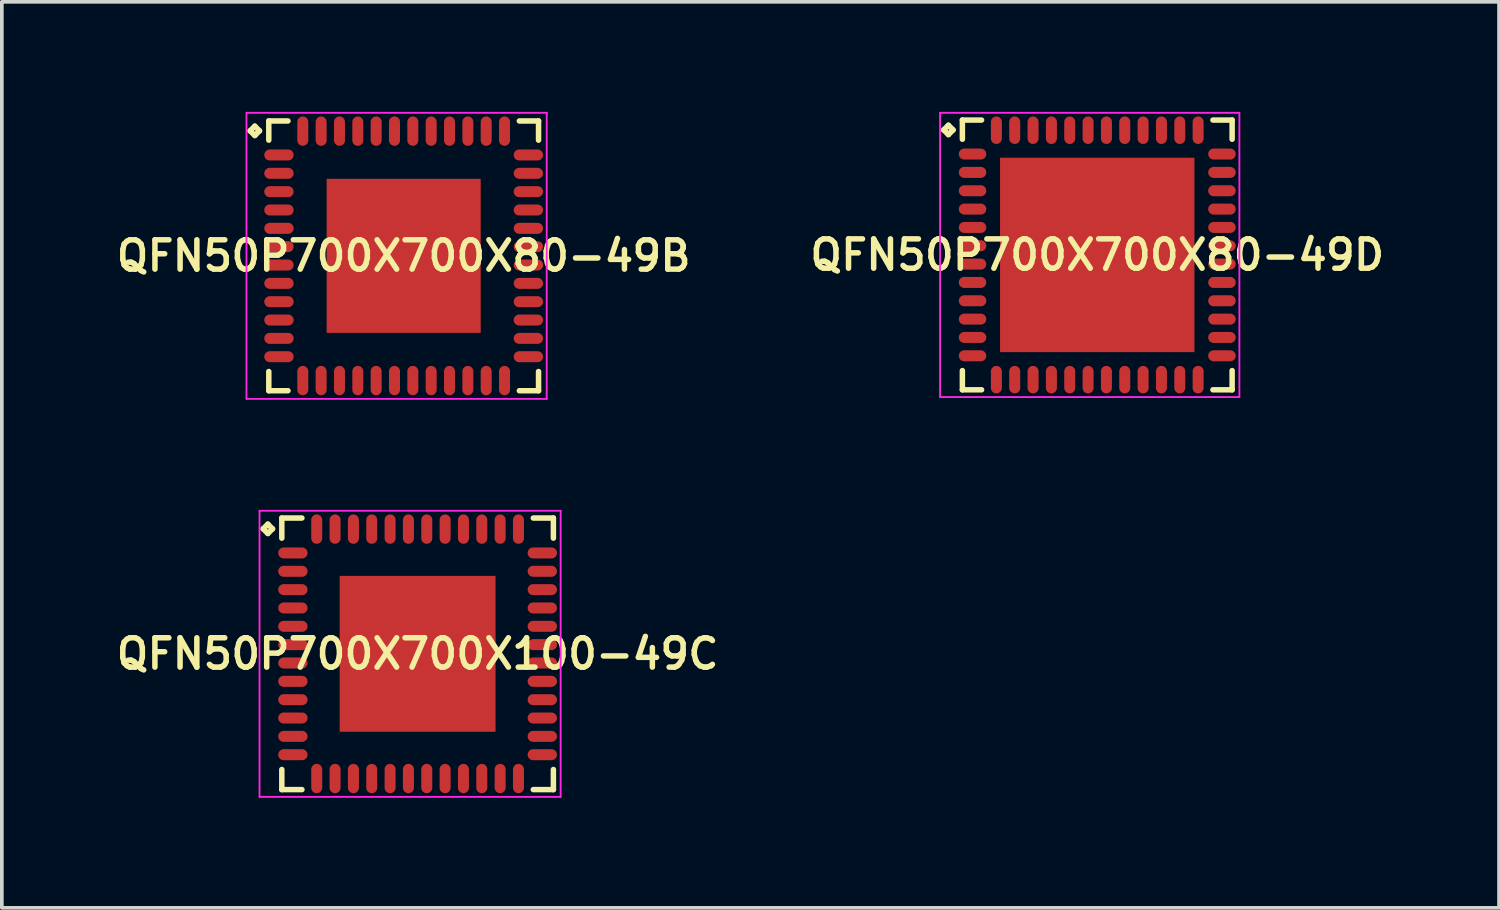
<source format=kicad_pcb>
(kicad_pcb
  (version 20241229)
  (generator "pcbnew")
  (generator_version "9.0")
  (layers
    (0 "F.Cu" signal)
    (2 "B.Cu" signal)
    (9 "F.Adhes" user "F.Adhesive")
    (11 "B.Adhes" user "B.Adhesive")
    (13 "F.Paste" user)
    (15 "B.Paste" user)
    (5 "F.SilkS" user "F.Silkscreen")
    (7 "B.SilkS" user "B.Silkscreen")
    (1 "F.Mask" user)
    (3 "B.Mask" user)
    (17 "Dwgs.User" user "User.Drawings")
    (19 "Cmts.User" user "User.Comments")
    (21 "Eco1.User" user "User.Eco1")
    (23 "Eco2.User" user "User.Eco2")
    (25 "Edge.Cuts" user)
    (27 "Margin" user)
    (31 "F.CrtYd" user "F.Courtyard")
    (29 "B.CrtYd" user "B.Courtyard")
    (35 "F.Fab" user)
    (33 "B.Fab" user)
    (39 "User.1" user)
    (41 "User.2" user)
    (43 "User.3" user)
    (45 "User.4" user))
  (footprint "QFN50P700X700X80-49D"
    (layer "F.Cu")
    (at 26.864 3.9)
    (property "Reference" "QFN50P700X700X80-49D" (at 0 0 0) (layer "F.SilkS") (effects (font (size 0.8 0.8) (thickness 0.15))))
    (attr smd)
    (fp_line (start -4.185 -3.408) (end -4.058 -3.535) (stroke (width 0.15) (type solid)) (layer "F.SilkS"))
    (fp_line (start -4.058 -3.535) (end -3.931 -3.408) (stroke (width 0.15) (type solid)) (layer "F.SilkS"))
    (fp_line (start -4.058 -3.281) (end -4.185 -3.408) (stroke (width 0.15) (type solid)) (layer "F.SilkS"))
    (fp_line (start -3.931 -3.408) (end -4.058 -3.281) (stroke (width 0.15) (type solid)) (layer "F.SilkS"))
    (fp_line (start -3.677 -3.677) (end -3.154 -3.677) (stroke (width 0.15) (type solid)) (layer "F.SilkS"))
    (fp_line (start -3.677 -3.154) (end -3.677 -3.677) (stroke (width 0.15) (type solid)) (layer "F.SilkS"))
    (fp_line (start -3.677 3.154) (end -3.677 3.677) (stroke (width 0.15) (type solid)) (layer "F.SilkS"))
    (fp_line (start -3.677 3.677) (end -3.154 3.677) (stroke (width 0.15) (type solid)) (layer "F.SilkS"))
    (fp_line (start 3.154 -3.677) (end 3.677 -3.677) (stroke (width 0.15) (type solid)) (layer "F.SilkS"))
    (fp_line (start 3.154 3.677) (end 3.677 3.677) (stroke (width 0.15) (type solid)) (layer "F.SilkS"))
    (fp_line (start 3.677 -3.677) (end 3.677 -3.154) (stroke (width 0.15) (type solid)) (layer "F.SilkS"))
    (fp_line (start 3.677 3.677) (end 3.677 3.154) (stroke (width 0.15) (type solid)) (layer "F.SilkS"))
    (fp_line (start -4.285 -3.875) (end 3.875 -3.875) (stroke (width 0.05) (type solid)) (layer "F.CrtYd"))
    (fp_line (start -4.285 3.875) (end -4.285 -3.875) (stroke (width 0.05) (type solid)) (layer "F.CrtYd"))
    (fp_line (start 3.875 -3.875) (end 3.875 3.875) (stroke (width 0.05) (type solid)) (layer "F.CrtYd"))
    (fp_line (start 3.875 3.875) (end -4.285 3.875) (stroke (width 0.05) (type solid)) (layer "F.CrtYd"))
    (pad "1" smd oval (at -3.4 -2.75) (size 0.75 0.3) (layers "F.Cu" "F.Mask" "F.Paste"))
    (pad "2" smd oval (at -3.4 -2.25) (size 0.75 0.3) (layers "F.Cu" "F.Mask" "F.Paste"))
    (pad "3" smd oval (at -3.4 -1.75) (size 0.75 0.3) (layers "F.Cu" "F.Mask" "F.Paste"))
    (pad "4" smd oval (at -3.4 -1.25) (size 0.75 0.3) (layers "F.Cu" "F.Mask" "F.Paste"))
    (pad "5" smd oval (at -3.4 -0.75) (size 0.75 0.3) (layers "F.Cu" "F.Mask" "F.Paste"))
    (pad "6" smd oval (at -3.4 -0.25) (size 0.75 0.3) (layers "F.Cu" "F.Mask" "F.Paste"))
    (pad "7" smd oval (at -3.4 0.25) (size 0.75 0.3) (layers "F.Cu" "F.Mask" "F.Paste"))
    (pad "8" smd oval (at -3.4 0.75) (size 0.75 0.3) (layers "F.Cu" "F.Mask" "F.Paste"))
    (pad "9" smd oval (at -3.4 1.25) (size 0.75 0.3) (layers "F.Cu" "F.Mask" "F.Paste"))
    (pad "10" smd oval (at -3.4 1.75) (size 0.75 0.3) (layers "F.Cu" "F.Mask" "F.Paste"))
    (pad "11" smd oval (at -3.4 2.25) (size 0.75 0.3) (layers "F.Cu" "F.Mask" "F.Paste"))
    (pad "12" smd oval (at -3.4 2.75) (size 0.75 0.3) (layers "F.Cu" "F.Mask" "F.Paste"))
    (pad "13" smd oval (at -2.75 3.4) (size 0.3 0.75) (layers "F.Cu" "F.Mask" "F.Paste"))
    (pad "14" smd oval (at -2.25 3.4) (size 0.3 0.75) (layers "F.Cu" "F.Mask" "F.Paste"))
    (pad "15" smd oval (at -1.75 3.4) (size 0.3 0.75) (layers "F.Cu" "F.Mask" "F.Paste"))
    (pad "16" smd oval (at -1.25 3.4) (size 0.3 0.75) (layers "F.Cu" "F.Mask" "F.Paste"))
    (pad "17" smd oval (at -0.75 3.4) (size 0.3 0.75) (layers "F.Cu" "F.Mask" "F.Paste"))
    (pad "18" smd oval (at -0.25 3.4) (size 0.3 0.75) (layers "F.Cu" "F.Mask" "F.Paste"))
    (pad "19" smd oval (at 0.25 3.4) (size 0.3 0.75) (layers "F.Cu" "F.Mask" "F.Paste"))
    (pad "20" smd oval (at 0.75 3.4) (size 0.3 0.75) (layers "F.Cu" "F.Mask" "F.Paste"))
    (pad "21" smd oval (at 1.25 3.4) (size 0.3 0.75) (layers "F.Cu" "F.Mask" "F.Paste"))
    (pad "22" smd oval (at 1.75 3.4) (size 0.3 0.75) (layers "F.Cu" "F.Mask" "F.Paste"))
    (pad "23" smd oval (at 2.25 3.4) (size 0.3 0.75) (layers "F.Cu" "F.Mask" "F.Paste"))
    (pad "24" smd oval (at 2.75 3.4) (size 0.3 0.75) (layers "F.Cu" "F.Mask" "F.Paste"))
    (pad "25" smd oval (at 3.4 2.75) (size 0.75 0.3) (layers "F.Cu" "F.Mask" "F.Paste"))
    (pad "26" smd oval (at 3.4 2.25) (size 0.75 0.3) (layers "F.Cu" "F.Mask" "F.Paste"))
    (pad "27" smd oval (at 3.4 1.75) (size 0.75 0.3) (layers "F.Cu" "F.Mask" "F.Paste"))
    (pad "28" smd oval (at 3.4 1.25) (size 0.75 0.3) (layers "F.Cu" "F.Mask" "F.Paste"))
    (pad "29" smd oval (at 3.4 0.75) (size 0.75 0.3) (layers "F.Cu" "F.Mask" "F.Paste"))
    (pad "30" smd oval (at 3.4 0.25) (size 0.75 0.3) (layers "F.Cu" "F.Mask" "F.Paste"))
    (pad "31" smd oval (at 3.4 -0.25) (size 0.75 0.3) (layers "F.Cu" "F.Mask" "F.Paste"))
    (pad "32" smd oval (at 3.4 -0.75) (size 0.75 0.3) (layers "F.Cu" "F.Mask" "F.Paste"))
    (pad "33" smd oval (at 3.4 -1.25) (size 0.75 0.3) (layers "F.Cu" "F.Mask" "F.Paste"))
    (pad "34" smd oval (at 3.4 -1.75) (size 0.75 0.3) (layers "F.Cu" "F.Mask" "F.Paste"))
    (pad "35" smd oval (at 3.4 -2.25) (size 0.75 0.3) (layers "F.Cu" "F.Mask" "F.Paste"))
    (pad "36" smd oval (at 3.4 -2.75) (size 0.75 0.3) (layers "F.Cu" "F.Mask" "F.Paste"))
    (pad "37" smd oval (at 2.75 -3.4) (size 0.3 0.75) (layers "F.Cu" "F.Mask" "F.Paste"))
    (pad "38" smd oval (at 2.25 -3.4) (size 0.3 0.75) (layers "F.Cu" "F.Mask" "F.Paste"))
    (pad "39" smd oval (at 1.75 -3.4) (size 0.3 0.75) (layers "F.Cu" "F.Mask" "F.Paste"))
    (pad "40" smd oval (at 1.25 -3.4) (size 0.3 0.75) (layers "F.Cu" "F.Mask" "F.Paste"))
    (pad "41" smd oval (at 0.75 -3.4) (size 0.3 0.75) (layers "F.Cu" "F.Mask" "F.Paste"))
    (pad "42" smd oval (at 0.25 -3.4) (size 0.3 0.75) (layers "F.Cu" "F.Mask" "F.Paste"))
    (pad "43" smd oval (at -0.25 -3.4) (size 0.3 0.75) (layers "F.Cu" "F.Mask" "F.Paste"))
    (pad "44" smd oval (at -0.75 -3.4) (size 0.3 0.75) (layers "F.Cu" "F.Mask" "F.Paste"))
    (pad "45" smd oval (at -1.25 -3.4) (size 0.3 0.75) (layers "F.Cu" "F.Mask" "F.Paste"))
    (pad "46" smd oval (at -1.75 -3.4) (size 0.3 0.75) (layers "F.Cu" "F.Mask" "F.Paste"))
    (pad "47" smd oval (at -2.25 -3.4) (size 0.3 0.75) (layers "F.Cu" "F.Mask" "F.Paste"))
    (pad "48" smd oval (at -2.75 -3.4) (size 0.3 0.75) (layers "F.Cu" "F.Mask" "F.Paste"))
    (pad "49" smd rect (at 0 0) (size 5.3 5.3) (layers "F.Cu" "F.Mask" "F.Paste")))
  (footprint "QFN50P700X700X80-49B"
    (layer "F.Cu")
    (at 7.955 3.925)
    (property "Reference" "QFN50P700X700X80-49B" (at 0 0 0) (layer "F.SilkS") (effects (font (size 0.8 0.8) (thickness 0.15))))
    (attr smd)
    (fp_line (start -4.185 -3.408) (end -4.058 -3.535) (stroke (width 0.15) (type solid)) (layer "F.SilkS"))
    (fp_line (start -4.058 -3.535) (end -3.931 -3.408) (stroke (width 0.15) (type solid)) (layer "F.SilkS"))
    (fp_line (start -4.058 -3.281) (end -4.185 -3.408) (stroke (width 0.15) (type solid)) (layer "F.SilkS"))
    (fp_line (start -3.931 -3.408) (end -4.058 -3.281) (stroke (width 0.15) (type solid)) (layer "F.SilkS"))
    (fp_line (start -3.677 -3.677) (end -3.154 -3.677) (stroke (width 0.15) (type solid)) (layer "F.SilkS"))
    (fp_line (start -3.677 -3.154) (end -3.677 -3.677) (stroke (width 0.15) (type solid)) (layer "F.SilkS"))
    (fp_line (start -3.677 3.154) (end -3.677 3.677) (stroke (width 0.15) (type solid)) (layer "F.SilkS"))
    (fp_line (start -3.677 3.677) (end -3.154 3.677) (stroke (width 0.15) (type solid)) (layer "F.SilkS"))
    (fp_line (start 3.154 -3.677) (end 3.677 -3.677) (stroke (width 0.15) (type solid)) (layer "F.SilkS"))
    (fp_line (start 3.154 3.677) (end 3.677 3.677) (stroke (width 0.15) (type solid)) (layer "F.SilkS"))
    (fp_line (start 3.677 -3.677) (end 3.677 -3.154) (stroke (width 0.15) (type solid)) (layer "F.SilkS"))
    (fp_line (start 3.677 3.677) (end 3.677 3.154) (stroke (width 0.15) (type solid)) (layer "F.SilkS"))
    (fp_line (start -4.285 -3.9) (end 3.9 -3.9) (stroke (width 0.05) (type solid)) (layer "F.CrtYd"))
    (fp_line (start -4.285 3.9) (end -4.285 -3.9) (stroke (width 0.05) (type solid)) (layer "F.CrtYd"))
    (fp_line (start 3.9 -3.9) (end 3.9 3.9) (stroke (width 0.05) (type solid)) (layer "F.CrtYd"))
    (fp_line (start 3.9 3.9) (end -4.285 3.9) (stroke (width 0.05) (type solid)) (layer "F.CrtYd"))
    (pad "1" smd oval (at -3.4 -2.75) (size 0.8 0.3) (layers "F.Cu" "F.Mask" "F.Paste"))
    (pad "2" smd oval (at -3.4 -2.25) (size 0.8 0.3) (layers "F.Cu" "F.Mask" "F.Paste"))
    (pad "3" smd oval (at -3.4 -1.75) (size 0.8 0.3) (layers "F.Cu" "F.Mask" "F.Paste"))
    (pad "4" smd oval (at -3.4 -1.25) (size 0.8 0.3) (layers "F.Cu" "F.Mask" "F.Paste"))
    (pad "5" smd oval (at -3.4 -0.75) (size 0.8 0.3) (layers "F.Cu" "F.Mask" "F.Paste"))
    (pad "6" smd oval (at -3.4 -0.25) (size 0.8 0.3) (layers "F.Cu" "F.Mask" "F.Paste"))
    (pad "7" smd oval (at -3.4 0.25) (size 0.8 0.3) (layers "F.Cu" "F.Mask" "F.Paste"))
    (pad "8" smd oval (at -3.4 0.75) (size 0.8 0.3) (layers "F.Cu" "F.Mask" "F.Paste"))
    (pad "9" smd oval (at -3.4 1.25) (size 0.8 0.3) (layers "F.Cu" "F.Mask" "F.Paste"))
    (pad "10" smd oval (at -3.4 1.75) (size 0.8 0.3) (layers "F.Cu" "F.Mask" "F.Paste"))
    (pad "11" smd oval (at -3.4 2.25) (size 0.8 0.3) (layers "F.Cu" "F.Mask" "F.Paste"))
    (pad "12" smd oval (at -3.4 2.75) (size 0.8 0.3) (layers "F.Cu" "F.Mask" "F.Paste"))
    (pad "13" smd oval (at -2.75 3.4) (size 0.3 0.8) (layers "F.Cu" "F.Mask" "F.Paste"))
    (pad "14" smd oval (at -2.25 3.4) (size 0.3 0.8) (layers "F.Cu" "F.Mask" "F.Paste"))
    (pad "15" smd oval (at -1.75 3.4) (size 0.3 0.8) (layers "F.Cu" "F.Mask" "F.Paste"))
    (pad "16" smd oval (at -1.25 3.4) (size 0.3 0.8) (layers "F.Cu" "F.Mask" "F.Paste"))
    (pad "17" smd oval (at -0.75 3.4) (size 0.3 0.8) (layers "F.Cu" "F.Mask" "F.Paste"))
    (pad "18" smd oval (at -0.25 3.4) (size 0.3 0.8) (layers "F.Cu" "F.Mask" "F.Paste"))
    (pad "19" smd oval (at 0.25 3.4) (size 0.3 0.8) (layers "F.Cu" "F.Mask" "F.Paste"))
    (pad "20" smd oval (at 0.75 3.4) (size 0.3 0.8) (layers "F.Cu" "F.Mask" "F.Paste"))
    (pad "21" smd oval (at 1.25 3.4) (size 0.3 0.8) (layers "F.Cu" "F.Mask" "F.Paste"))
    (pad "22" smd oval (at 1.75 3.4) (size 0.3 0.8) (layers "F.Cu" "F.Mask" "F.Paste"))
    (pad "23" smd oval (at 2.25 3.4) (size 0.3 0.8) (layers "F.Cu" "F.Mask" "F.Paste"))
    (pad "24" smd oval (at 2.75 3.4) (size 0.3 0.8) (layers "F.Cu" "F.Mask" "F.Paste"))
    (pad "25" smd oval (at 3.4 2.75) (size 0.8 0.3) (layers "F.Cu" "F.Mask" "F.Paste"))
    (pad "26" smd oval (at 3.4 2.25) (size 0.8 0.3) (layers "F.Cu" "F.Mask" "F.Paste"))
    (pad "27" smd oval (at 3.4 1.75) (size 0.8 0.3) (layers "F.Cu" "F.Mask" "F.Paste"))
    (pad "28" smd oval (at 3.4 1.25) (size 0.8 0.3) (layers "F.Cu" "F.Mask" "F.Paste"))
    (pad "29" smd oval (at 3.4 0.75) (size 0.8 0.3) (layers "F.Cu" "F.Mask" "F.Paste"))
    (pad "30" smd oval (at 3.4 0.25) (size 0.8 0.3) (layers "F.Cu" "F.Mask" "F.Paste"))
    (pad "31" smd oval (at 3.4 -0.25) (size 0.8 0.3) (layers "F.Cu" "F.Mask" "F.Paste"))
    (pad "32" smd oval (at 3.4 -0.75) (size 0.8 0.3) (layers "F.Cu" "F.Mask" "F.Paste"))
    (pad "33" smd oval (at 3.4 -1.25) (size 0.8 0.3) (layers "F.Cu" "F.Mask" "F.Paste"))
    (pad "34" smd oval (at 3.4 -1.75) (size 0.8 0.3) (layers "F.Cu" "F.Mask" "F.Paste"))
    (pad "35" smd oval (at 3.4 -2.25) (size 0.8 0.3) (layers "F.Cu" "F.Mask" "F.Paste"))
    (pad "36" smd oval (at 3.4 -2.75) (size 0.8 0.3) (layers "F.Cu" "F.Mask" "F.Paste"))
    (pad "37" smd oval (at 2.75 -3.4) (size 0.3 0.8) (layers "F.Cu" "F.Mask" "F.Paste"))
    (pad "38" smd oval (at 2.25 -3.4) (size 0.3 0.8) (layers "F.Cu" "F.Mask" "F.Paste"))
    (pad "39" smd oval (at 1.75 -3.4) (size 0.3 0.8) (layers "F.Cu" "F.Mask" "F.Paste"))
    (pad "40" smd oval (at 1.25 -3.4) (size 0.3 0.8) (layers "F.Cu" "F.Mask" "F.Paste"))
    (pad "41" smd oval (at 0.75 -3.4) (size 0.3 0.8) (layers "F.Cu" "F.Mask" "F.Paste"))
    (pad "42" smd oval (at 0.25 -3.4) (size 0.3 0.8) (layers "F.Cu" "F.Mask" "F.Paste"))
    (pad "43" smd oval (at -0.25 -3.4) (size 0.3 0.8) (layers "F.Cu" "F.Mask" "F.Paste"))
    (pad "44" smd oval (at -0.75 -3.4) (size 0.3 0.8) (layers "F.Cu" "F.Mask" "F.Paste"))
    (pad "45" smd oval (at -1.25 -3.4) (size 0.3 0.8) (layers "F.Cu" "F.Mask" "F.Paste"))
    (pad "46" smd oval (at -1.75 -3.4) (size 0.3 0.8) (layers "F.Cu" "F.Mask" "F.Paste"))
    (pad "47" smd oval (at -2.25 -3.4) (size 0.3 0.8) (layers "F.Cu" "F.Mask" "F.Paste"))
    (pad "48" smd oval (at -2.75 -3.4) (size 0.3 0.8) (layers "F.Cu" "F.Mask" "F.Paste"))
    (pad "49" smd rect (at 0 0) (size 4.2 4.2) (layers "F.Cu" "F.Mask" "F.Paste")))
  (footprint "QFN50P700X700X100-49C"
    (layer "F.Cu")
    (at 8.335 14.775)
    (property "Reference" "QFN50P700X700X100-49C" (at 0 0 0) (layer "F.SilkS") (effects (font (size 0.8 0.8) (thickness 0.15))))
    (attr smd)
    (fp_line (start -4.21 -3.408) (end -4.083 -3.535) (stroke (width 0.15) (type solid)) (layer "F.SilkS"))
    (fp_line (start -4.083 -3.535) (end -3.956 -3.408) (stroke (width 0.15) (type solid)) (layer "F.SilkS"))
    (fp_line (start -4.083 -3.281) (end -4.21 -3.408) (stroke (width 0.15) (type solid)) (layer "F.SilkS"))
    (fp_line (start -3.956 -3.408) (end -4.083 -3.281) (stroke (width 0.15) (type solid)) (layer "F.SilkS"))
    (fp_line (start -3.702 -3.702) (end -3.154 -3.702) (stroke (width 0.15) (type solid)) (layer "F.SilkS"))
    (fp_line (start -3.702 -3.154) (end -3.702 -3.702) (stroke (width 0.15) (type solid)) (layer "F.SilkS"))
    (fp_line (start -3.702 3.154) (end -3.702 3.702) (stroke (width 0.15) (type solid)) (layer "F.SilkS"))
    (fp_line (start -3.702 3.702) (end -3.154 3.702) (stroke (width 0.15) (type solid)) (layer "F.SilkS"))
    (fp_line (start 3.154 -3.702) (end 3.702 -3.702) (stroke (width 0.15) (type solid)) (layer "F.SilkS"))
    (fp_line (start 3.154 3.702) (end 3.702 3.702) (stroke (width 0.15) (type solid)) (layer "F.SilkS"))
    (fp_line (start 3.702 -3.702) (end 3.702 -3.154) (stroke (width 0.15) (type solid)) (layer "F.SilkS"))
    (fp_line (start 3.702 3.702) (end 3.702 3.154) (stroke (width 0.15) (type solid)) (layer "F.SilkS"))
    (fp_line (start -4.31 -3.9) (end 3.9 -3.9) (stroke (width 0.05) (type solid)) (layer "F.CrtYd"))
    (fp_line (start -4.31 3.9) (end -4.31 -3.9) (stroke (width 0.05) (type solid)) (layer "F.CrtYd"))
    (fp_line (start 3.9 -3.9) (end 3.9 3.9) (stroke (width 0.05) (type solid)) (layer "F.CrtYd"))
    (fp_line (start 3.9 3.9) (end -4.31 3.9) (stroke (width 0.05) (type solid)) (layer "F.CrtYd"))
    (pad "1" smd oval (at -3.4 -2.75) (size 0.8 0.3) (layers "F.Cu" "F.Mask" "F.Paste"))
    (pad "2" smd oval (at -3.4 -2.25) (size 0.8 0.3) (layers "F.Cu" "F.Mask" "F.Paste"))
    (pad "3" smd oval (at -3.4 -1.75) (size 0.8 0.3) (layers "F.Cu" "F.Mask" "F.Paste"))
    (pad "4" smd oval (at -3.4 -1.25) (size 0.8 0.3) (layers "F.Cu" "F.Mask" "F.Paste"))
    (pad "5" smd oval (at -3.4 -0.75) (size 0.8 0.3) (layers "F.Cu" "F.Mask" "F.Paste"))
    (pad "6" smd oval (at -3.4 -0.25) (size 0.8 0.3) (layers "F.Cu" "F.Mask" "F.Paste"))
    (pad "7" smd oval (at -3.4 0.25) (size 0.8 0.3) (layers "F.Cu" "F.Mask" "F.Paste"))
    (pad "8" smd oval (at -3.4 0.75) (size 0.8 0.3) (layers "F.Cu" "F.Mask" "F.Paste"))
    (pad "9" smd oval (at -3.4 1.25) (size 0.8 0.3) (layers "F.Cu" "F.Mask" "F.Paste"))
    (pad "10" smd oval (at -3.4 1.75) (size 0.8 0.3) (layers "F.Cu" "F.Mask" "F.Paste"))
    (pad "11" smd oval (at -3.4 2.25) (size 0.8 0.3) (layers "F.Cu" "F.Mask" "F.Paste"))
    (pad "12" smd oval (at -3.4 2.75) (size 0.8 0.3) (layers "F.Cu" "F.Mask" "F.Paste"))
    (pad "13" smd oval (at -2.75 3.4) (size 0.3 0.8) (layers "F.Cu" "F.Mask" "F.Paste"))
    (pad "14" smd oval (at -2.25 3.4) (size 0.3 0.8) (layers "F.Cu" "F.Mask" "F.Paste"))
    (pad "15" smd oval (at -1.75 3.4) (size 0.3 0.8) (layers "F.Cu" "F.Mask" "F.Paste"))
    (pad "16" smd oval (at -1.25 3.4) (size 0.3 0.8) (layers "F.Cu" "F.Mask" "F.Paste"))
    (pad "17" smd oval (at -0.75 3.4) (size 0.3 0.8) (layers "F.Cu" "F.Mask" "F.Paste"))
    (pad "18" smd oval (at -0.25 3.4) (size 0.3 0.8) (layers "F.Cu" "F.Mask" "F.Paste"))
    (pad "19" smd oval (at 0.25 3.4) (size 0.3 0.8) (layers "F.Cu" "F.Mask" "F.Paste"))
    (pad "20" smd oval (at 0.75 3.4) (size 0.3 0.8) (layers "F.Cu" "F.Mask" "F.Paste"))
    (pad "21" smd oval (at 1.25 3.4) (size 0.3 0.8) (layers "F.Cu" "F.Mask" "F.Paste"))
    (pad "22" smd oval (at 1.75 3.4) (size 0.3 0.8) (layers "F.Cu" "F.Mask" "F.Paste"))
    (pad "23" smd oval (at 2.25 3.4) (size 0.3 0.8) (layers "F.Cu" "F.Mask" "F.Paste"))
    (pad "24" smd oval (at 2.75 3.4) (size 0.3 0.8) (layers "F.Cu" "F.Mask" "F.Paste"))
    (pad "25" smd oval (at 3.4 2.75) (size 0.8 0.3) (layers "F.Cu" "F.Mask" "F.Paste"))
    (pad "26" smd oval (at 3.4 2.25) (size 0.8 0.3) (layers "F.Cu" "F.Mask" "F.Paste"))
    (pad "27" smd oval (at 3.4 1.75) (size 0.8 0.3) (layers "F.Cu" "F.Mask" "F.Paste"))
    (pad "28" smd oval (at 3.4 1.25) (size 0.8 0.3) (layers "F.Cu" "F.Mask" "F.Paste"))
    (pad "29" smd oval (at 3.4 0.75) (size 0.8 0.3) (layers "F.Cu" "F.Mask" "F.Paste"))
    (pad "30" smd oval (at 3.4 0.25) (size 0.8 0.3) (layers "F.Cu" "F.Mask" "F.Paste"))
    (pad "31" smd oval (at 3.4 -0.25) (size 0.8 0.3) (layers "F.Cu" "F.Mask" "F.Paste"))
    (pad "32" smd oval (at 3.4 -0.75) (size 0.8 0.3) (layers "F.Cu" "F.Mask" "F.Paste"))
    (pad "33" smd oval (at 3.4 -1.25) (size 0.8 0.3) (layers "F.Cu" "F.Mask" "F.Paste"))
    (pad "34" smd oval (at 3.4 -1.75) (size 0.8 0.3) (layers "F.Cu" "F.Mask" "F.Paste"))
    (pad "35" smd oval (at 3.4 -2.25) (size 0.8 0.3) (layers "F.Cu" "F.Mask" "F.Paste"))
    (pad "36" smd oval (at 3.4 -2.75) (size 0.8 0.3) (layers "F.Cu" "F.Mask" "F.Paste"))
    (pad "37" smd oval (at 2.75 -3.4) (size 0.3 0.8) (layers "F.Cu" "F.Mask" "F.Paste"))
    (pad "38" smd oval (at 2.25 -3.4) (size 0.3 0.8) (layers "F.Cu" "F.Mask" "F.Paste"))
    (pad "39" smd oval (at 1.75 -3.4) (size 0.3 0.8) (layers "F.Cu" "F.Mask" "F.Paste"))
    (pad "40" smd oval (at 1.25 -3.4) (size 0.3 0.8) (layers "F.Cu" "F.Mask" "F.Paste"))
    (pad "41" smd oval (at 0.75 -3.4) (size 0.3 0.8) (layers "F.Cu" "F.Mask" "F.Paste"))
    (pad "42" smd oval (at 0.25 -3.4) (size 0.3 0.8) (layers "F.Cu" "F.Mask" "F.Paste"))
    (pad "43" smd oval (at -0.25 -3.4) (size 0.3 0.8) (layers "F.Cu" "F.Mask" "F.Paste"))
    (pad "44" smd oval (at -0.75 -3.4) (size 0.3 0.8) (layers "F.Cu" "F.Mask" "F.Paste"))
    (pad "45" smd oval (at -1.25 -3.4) (size 0.3 0.8) (layers "F.Cu" "F.Mask" "F.Paste"))
    (pad "46" smd oval (at -1.75 -3.4) (size 0.3 0.8) (layers "F.Cu" "F.Mask" "F.Paste"))
    (pad "47" smd oval (at -2.25 -3.4) (size 0.3 0.8) (layers "F.Cu" "F.Mask" "F.Paste"))
    (pad "48" smd oval (at -2.75 -3.4) (size 0.3 0.8) (layers "F.Cu" "F.Mask" "F.Paste"))
    (pad "49" smd rect (at 0 0) (size 4.25 4.25) (layers "F.Cu" "F.Mask" "F.Paste")))
  (gr_rect
    (start -3 -3)
    (end 37.818 21.7)
    (stroke (width 0.1) (type default))
    (fill no)
    (layer "Edge.Cuts")))
</source>
